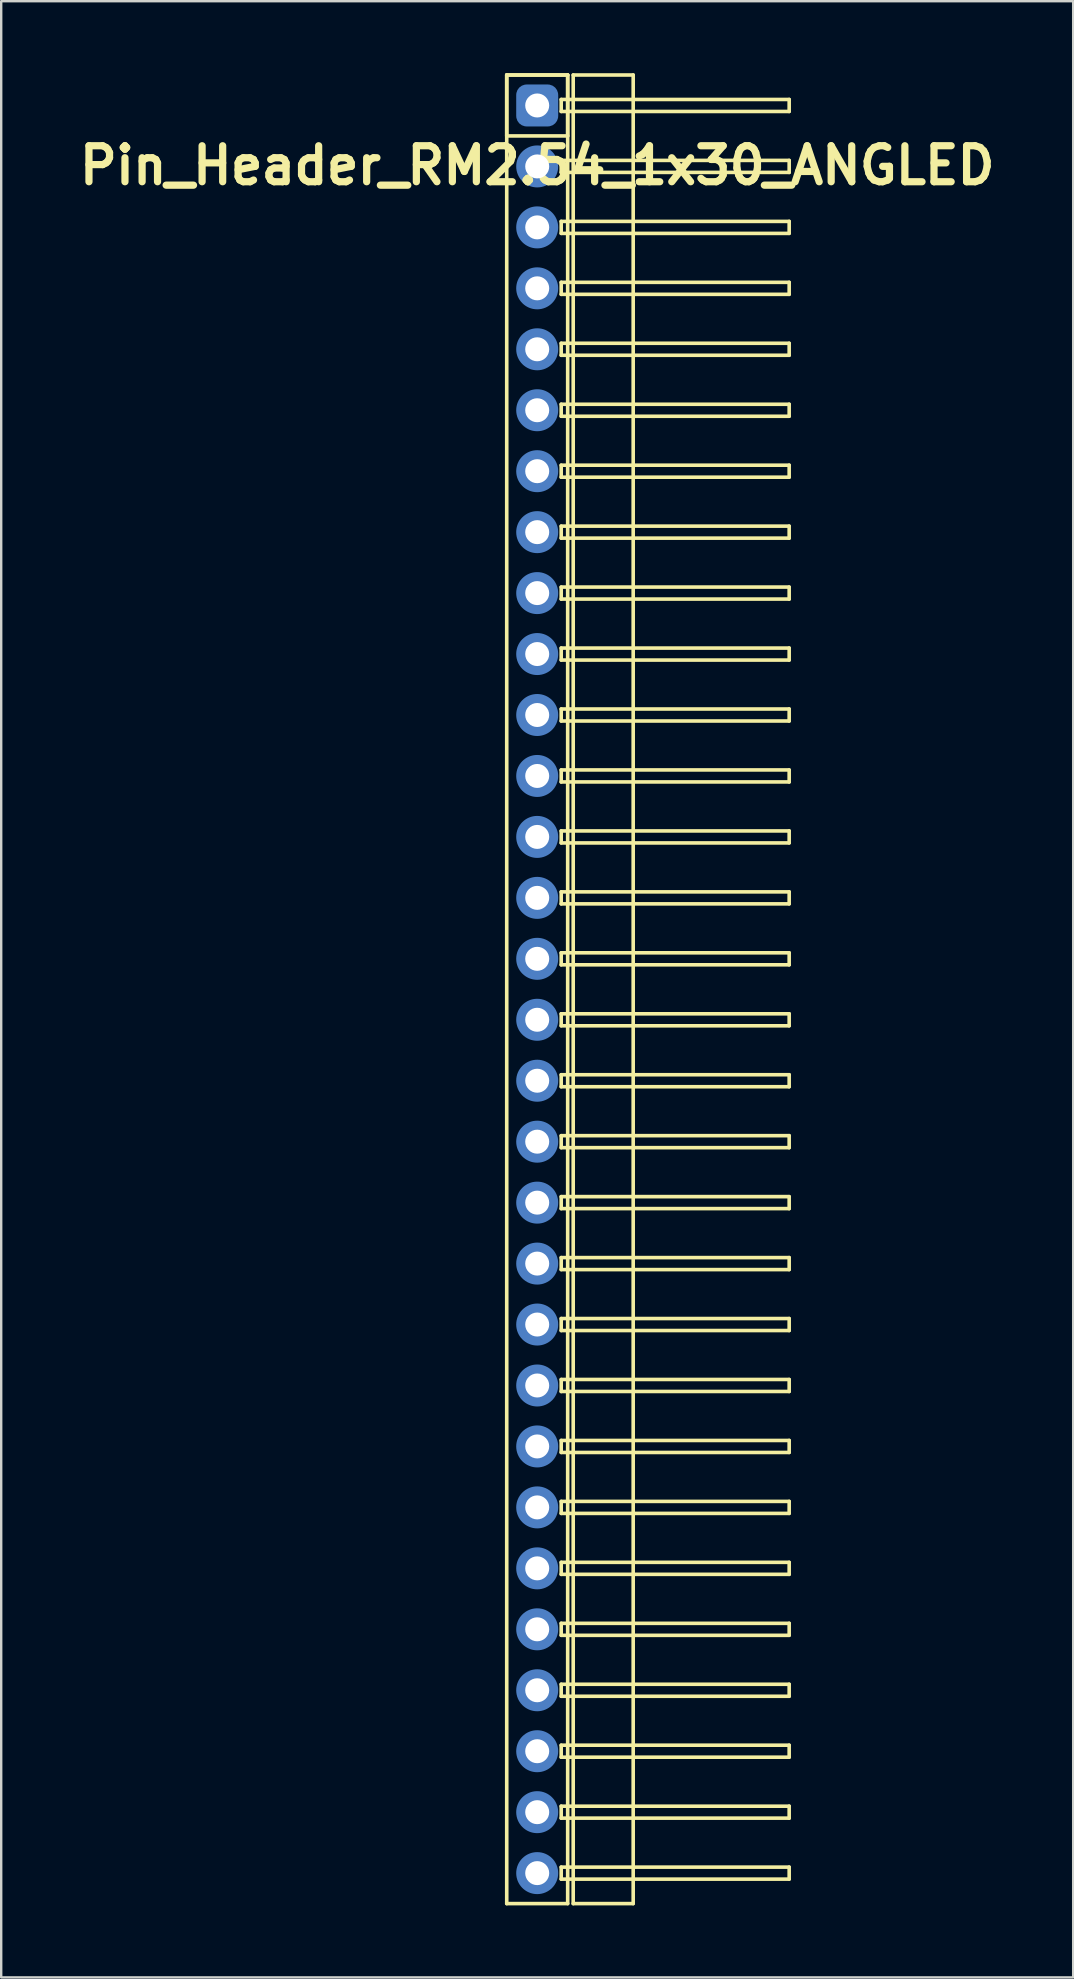
<source format=kicad_pcb>
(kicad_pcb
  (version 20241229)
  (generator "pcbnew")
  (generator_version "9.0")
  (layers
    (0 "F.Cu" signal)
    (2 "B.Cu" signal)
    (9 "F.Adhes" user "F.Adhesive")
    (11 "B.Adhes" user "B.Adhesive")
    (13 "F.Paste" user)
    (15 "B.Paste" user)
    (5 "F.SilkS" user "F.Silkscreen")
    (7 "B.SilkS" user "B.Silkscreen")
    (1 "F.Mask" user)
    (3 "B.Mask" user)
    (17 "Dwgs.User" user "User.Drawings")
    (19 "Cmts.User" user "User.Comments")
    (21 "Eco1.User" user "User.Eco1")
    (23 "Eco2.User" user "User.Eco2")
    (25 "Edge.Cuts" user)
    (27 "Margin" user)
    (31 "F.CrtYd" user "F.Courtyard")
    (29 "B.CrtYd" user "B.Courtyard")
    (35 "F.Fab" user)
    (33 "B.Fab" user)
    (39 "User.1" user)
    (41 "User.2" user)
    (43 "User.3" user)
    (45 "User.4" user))
  (footprint "Pin_Header_RM2.54_1x30_ANGLED"
    (layer "F.Cu")
    (at 19.336 1.345)
    (property "Reference" "Pin_Header_RM2.54_1x30_ANGLED" (at 0 2.5 0) (layer "F.SilkS") (effects (font (size 1.5 1.5) (thickness 0.3))))
    (attr through_hole)
    (fp_line (start -1.27 -1.27) (end 1.27 -1.27) (stroke (width 0.15) (type solid)) (layer "F.SilkS"))
    (fp_line (start -1.27 -1.27) (end 1.27 -1.27) (stroke (width 0.15) (type solid)) (layer "F.SilkS"))
    (fp_line (start -1.27 1.27) (end -1.27 -1.27) (stroke (width 0.15) (type solid)) (layer "F.SilkS"))
    (fp_line (start -1.27 74.93) (end -1.27 -1.27) (stroke (width 0.15) (type solid)) (layer "F.SilkS"))
    (fp_line (start 1 -0.25) (end 10.5 -0.25) (stroke (width 0.15) (type solid)) (layer "F.SilkS"))
    (fp_line (start 1 0.25) (end 1 -0.25) (stroke (width 0.15) (type solid)) (layer "F.SilkS"))
    (fp_line (start 1 2.29) (end 10.5 2.29) (stroke (width 0.15) (type solid)) (layer "F.SilkS"))
    (fp_line (start 1 2.79) (end 1 2.29) (stroke (width 0.15) (type solid)) (layer "F.SilkS"))
    (fp_line (start 1 4.83) (end 10.5 4.83) (stroke (width 0.15) (type solid)) (layer "F.SilkS"))
    (fp_line (start 1 5.33) (end 1 4.83) (stroke (width 0.15) (type solid)) (layer "F.SilkS"))
    (fp_line (start 1 7.37) (end 10.5 7.37) (stroke (width 0.15) (type solid)) (layer "F.SilkS"))
    (fp_line (start 1 7.87) (end 1 7.37) (stroke (width 0.15) (type solid)) (layer "F.SilkS"))
    (fp_line (start 1 9.91) (end 10.5 9.91) (stroke (width 0.15) (type solid)) (layer "F.SilkS"))
    (fp_line (start 1 10.41) (end 1 9.91) (stroke (width 0.15) (type solid)) (layer "F.SilkS"))
    (fp_line (start 1 12.45) (end 10.5 12.45) (stroke (width 0.15) (type solid)) (layer "F.SilkS"))
    (fp_line (start 1 12.95) (end 1 12.45) (stroke (width 0.15) (type solid)) (layer "F.SilkS"))
    (fp_line (start 1 14.99) (end 10.5 14.99) (stroke (width 0.15) (type solid)) (layer "F.SilkS"))
    (fp_line (start 1 15.49) (end 1 14.99) (stroke (width 0.15) (type solid)) (layer "F.SilkS"))
    (fp_line (start 1 17.53) (end 10.5 17.53) (stroke (width 0.15) (type solid)) (layer "F.SilkS"))
    (fp_line (start 1 18.03) (end 1 17.53) (stroke (width 0.15) (type solid)) (layer "F.SilkS"))
    (fp_line (start 1 20.07) (end 10.5 20.07) (stroke (width 0.15) (type solid)) (layer "F.SilkS"))
    (fp_line (start 1 20.57) (end 1 20.07) (stroke (width 0.15) (type solid)) (layer "F.SilkS"))
    (fp_line (start 1 22.61) (end 10.5 22.61) (stroke (width 0.15) (type solid)) (layer "F.SilkS"))
    (fp_line (start 1 23.11) (end 1 22.61) (stroke (width 0.15) (type solid)) (layer "F.SilkS"))
    (fp_line (start 1 25.15) (end 10.5 25.15) (stroke (width 0.15) (type solid)) (layer "F.SilkS"))
    (fp_line (start 1 25.65) (end 1 25.15) (stroke (width 0.15) (type solid)) (layer "F.SilkS"))
    (fp_line (start 1 27.69) (end 10.5 27.69) (stroke (width 0.15) (type solid)) (layer "F.SilkS"))
    (fp_line (start 1 28.19) (end 1 27.69) (stroke (width 0.15) (type solid)) (layer "F.SilkS"))
    (fp_line (start 1 30.23) (end 10.5 30.23) (stroke (width 0.15) (type solid)) (layer "F.SilkS"))
    (fp_line (start 1 30.73) (end 1 30.23) (stroke (width 0.15) (type solid)) (layer "F.SilkS"))
    (fp_line (start 1 32.77) (end 10.5 32.77) (stroke (width 0.15) (type solid)) (layer "F.SilkS"))
    (fp_line (start 1 33.27) (end 1 32.77) (stroke (width 0.15) (type solid)) (layer "F.SilkS"))
    (fp_line (start 1 35.31) (end 10.5 35.31) (stroke (width 0.15) (type solid)) (layer "F.SilkS"))
    (fp_line (start 1 35.81) (end 1 35.31) (stroke (width 0.15) (type solid)) (layer "F.SilkS"))
    (fp_line (start 1 37.85) (end 10.5 37.85) (stroke (width 0.15) (type solid)) (layer "F.SilkS"))
    (fp_line (start 1 38.35) (end 1 37.85) (stroke (width 0.15) (type solid)) (layer "F.SilkS"))
    (fp_line (start 1 40.39) (end 10.5 40.39) (stroke (width 0.15) (type solid)) (layer "F.SilkS"))
    (fp_line (start 1 40.89) (end 1 40.39) (stroke (width 0.15) (type solid)) (layer "F.SilkS"))
    (fp_line (start 1 42.93) (end 10.5 42.93) (stroke (width 0.15) (type solid)) (layer "F.SilkS"))
    (fp_line (start 1 43.43) (end 1 42.93) (stroke (width 0.15) (type solid)) (layer "F.SilkS"))
    (fp_line (start 1 45.47) (end 10.5 45.47) (stroke (width 0.15) (type solid)) (layer "F.SilkS"))
    (fp_line (start 1 45.97) (end 1 45.47) (stroke (width 0.15) (type solid)) (layer "F.SilkS"))
    (fp_line (start 1 48.01) (end 10.5 48.01) (stroke (width 0.15) (type solid)) (layer "F.SilkS"))
    (fp_line (start 1 48.51) (end 1 48.01) (stroke (width 0.15) (type solid)) (layer "F.SilkS"))
    (fp_line (start 1 50.55) (end 10.5 50.55) (stroke (width 0.15) (type solid)) (layer "F.SilkS"))
    (fp_line (start 1 51.05) (end 1 50.55) (stroke (width 0.15) (type solid)) (layer "F.SilkS"))
    (fp_line (start 1 53.09) (end 10.5 53.09) (stroke (width 0.15) (type solid)) (layer "F.SilkS"))
    (fp_line (start 1 53.59) (end 1 53.09) (stroke (width 0.15) (type solid)) (layer "F.SilkS"))
    (fp_line (start 1 55.63) (end 10.5 55.63) (stroke (width 0.15) (type solid)) (layer "F.SilkS"))
    (fp_line (start 1 56.13) (end 1 55.63) (stroke (width 0.15) (type solid)) (layer "F.SilkS"))
    (fp_line (start 1 58.17) (end 10.5 58.17) (stroke (width 0.15) (type solid)) (layer "F.SilkS"))
    (fp_line (start 1 58.67) (end 1 58.17) (stroke (width 0.15) (type solid)) (layer "F.SilkS"))
    (fp_line (start 1 60.71) (end 10.5 60.71) (stroke (width 0.15) (type solid)) (layer "F.SilkS"))
    (fp_line (start 1 61.21) (end 1 60.71) (stroke (width 0.15) (type solid)) (layer "F.SilkS"))
    (fp_line (start 1 63.25) (end 10.5 63.25) (stroke (width 0.15) (type solid)) (layer "F.SilkS"))
    (fp_line (start 1 63.75) (end 1 63.25) (stroke (width 0.15) (type solid)) (layer "F.SilkS"))
    (fp_line (start 1 65.79) (end 10.5 65.79) (stroke (width 0.15) (type solid)) (layer "F.SilkS"))
    (fp_line (start 1 66.29) (end 1 65.79) (stroke (width 0.15) (type solid)) (layer "F.SilkS"))
    (fp_line (start 1 68.33) (end 10.5 68.33) (stroke (width 0.15) (type solid)) (layer "F.SilkS"))
    (fp_line (start 1 68.83) (end 1 68.33) (stroke (width 0.15) (type solid)) (layer "F.SilkS"))
    (fp_line (start 1 70.87) (end 10.5 70.87) (stroke (width 0.15) (type solid)) (layer "F.SilkS"))
    (fp_line (start 1 71.37) (end 1 70.87) (stroke (width 0.15) (type solid)) (layer "F.SilkS"))
    (fp_line (start 1 73.41) (end 10.5 73.41) (stroke (width 0.15) (type solid)) (layer "F.SilkS"))
    (fp_line (start 1 73.91) (end 1 73.41) (stroke (width 0.15) (type solid)) (layer "F.SilkS"))
    (fp_line (start 1.27 -1.27) (end 1.27 1.27) (stroke (width 0.15) (type solid)) (layer "F.SilkS"))
    (fp_line (start 1.27 -1.27) (end 1.27 74.93) (stroke (width 0.15) (type solid)) (layer "F.SilkS"))
    (fp_line (start 1.27 1.27) (end -1.27 1.27) (stroke (width 0.15) (type solid)) (layer "F.SilkS"))
    (fp_line (start 1.27 74.93) (end -1.27 74.93) (stroke (width 0.15) (type solid)) (layer "F.SilkS"))
    (fp_line (start 1.5 -1.27) (end 4 -1.27) (stroke (width 0.15) (type solid)) (layer "F.SilkS"))
    (fp_line (start 1.5 74.93) (end 1.5 -1.27) (stroke (width 0.15) (type solid)) (layer "F.SilkS"))
    (fp_line (start 4 -1.27) (end 4 74.93) (stroke (width 0.15) (type solid)) (layer "F.SilkS"))
    (fp_line (start 4 74.93) (end 1.5 74.93) (stroke (width 0.15) (type solid)) (layer "F.SilkS"))
    (fp_line (start 10.5 -0.25) (end 10.5 0.25) (stroke (width 0.15) (type solid)) (layer "F.SilkS"))
    (fp_line (start 10.5 0.25) (end 1 0.25) (stroke (width 0.15) (type solid)) (layer "F.SilkS"))
    (fp_line (start 10.5 2.29) (end 10.5 2.79) (stroke (width 0.15) (type solid)) (layer "F.SilkS"))
    (fp_line (start 10.5 2.79) (end 1 2.79) (stroke (width 0.15) (type solid)) (layer "F.SilkS"))
    (fp_line (start 10.5 4.83) (end 10.5 5.33) (stroke (width 0.15) (type solid)) (layer "F.SilkS"))
    (fp_line (start 10.5 5.33) (end 1 5.33) (stroke (width 0.15) (type solid)) (layer "F.SilkS"))
    (fp_line (start 10.5 7.37) (end 10.5 7.87) (stroke (width 0.15) (type solid)) (layer "F.SilkS"))
    (fp_line (start 10.5 7.87) (end 1 7.87) (stroke (width 0.15) (type solid)) (layer "F.SilkS"))
    (fp_line (start 10.5 9.91) (end 10.5 10.41) (stroke (width 0.15) (type solid)) (layer "F.SilkS"))
    (fp_line (start 10.5 10.41) (end 1 10.41) (stroke (width 0.15) (type solid)) (layer "F.SilkS"))
    (fp_line (start 10.5 12.45) (end 10.5 12.95) (stroke (width 0.15) (type solid)) (layer "F.SilkS"))
    (fp_line (start 10.5 12.95) (end 1 12.95) (stroke (width 0.15) (type solid)) (layer "F.SilkS"))
    (fp_line (start 10.5 14.99) (end 10.5 15.49) (stroke (width 0.15) (type solid)) (layer "F.SilkS"))
    (fp_line (start 10.5 15.49) (end 1 15.49) (stroke (width 0.15) (type solid)) (layer "F.SilkS"))
    (fp_line (start 10.5 17.53) (end 10.5 18.03) (stroke (width 0.15) (type solid)) (layer "F.SilkS"))
    (fp_line (start 10.5 18.03) (end 1 18.03) (stroke (width 0.15) (type solid)) (layer "F.SilkS"))
    (fp_line (start 10.5 20.07) (end 10.5 20.57) (stroke (width 0.15) (type solid)) (layer "F.SilkS"))
    (fp_line (start 10.5 20.57) (end 1 20.57) (stroke (width 0.15) (type solid)) (layer "F.SilkS"))
    (fp_line (start 10.5 22.61) (end 10.5 23.11) (stroke (width 0.15) (type solid)) (layer "F.SilkS"))
    (fp_line (start 10.5 23.11) (end 1 23.11) (stroke (width 0.15) (type solid)) (layer "F.SilkS"))
    (fp_line (start 10.5 25.15) (end 10.5 25.65) (stroke (width 0.15) (type solid)) (layer "F.SilkS"))
    (fp_line (start 10.5 25.65) (end 1 25.65) (stroke (width 0.15) (type solid)) (layer "F.SilkS"))
    (fp_line (start 10.5 27.69) (end 10.5 28.19) (stroke (width 0.15) (type solid)) (layer "F.SilkS"))
    (fp_line (start 10.5 28.19) (end 1 28.19) (stroke (width 0.15) (type solid)) (layer "F.SilkS"))
    (fp_line (start 10.5 30.23) (end 10.5 30.73) (stroke (width 0.15) (type solid)) (layer "F.SilkS"))
    (fp_line (start 10.5 30.73) (end 1 30.73) (stroke (width 0.15) (type solid)) (layer "F.SilkS"))
    (fp_line (start 10.5 32.77) (end 10.5 33.27) (stroke (width 0.15) (type solid)) (layer "F.SilkS"))
    (fp_line (start 10.5 33.27) (end 1 33.27) (stroke (width 0.15) (type solid)) (layer "F.SilkS"))
    (fp_line (start 10.5 35.31) (end 10.5 35.81) (stroke (width 0.15) (type solid)) (layer "F.SilkS"))
    (fp_line (start 10.5 35.81) (end 1 35.81) (stroke (width 0.15) (type solid)) (layer "F.SilkS"))
    (fp_line (start 10.5 37.85) (end 10.5 38.35) (stroke (width 0.15) (type solid)) (layer "F.SilkS"))
    (fp_line (start 10.5 38.35) (end 1 38.35) (stroke (width 0.15) (type solid)) (layer "F.SilkS"))
    (fp_line (start 10.5 40.39) (end 10.5 40.89) (stroke (width 0.15) (type solid)) (layer "F.SilkS"))
    (fp_line (start 10.5 40.89) (end 1 40.89) (stroke (width 0.15) (type solid)) (layer "F.SilkS"))
    (fp_line (start 10.5 42.93) (end 10.5 43.43) (stroke (width 0.15) (type solid)) (layer "F.SilkS"))
    (fp_line (start 10.5 43.43) (end 1 43.43) (stroke (width 0.15) (type solid)) (layer "F.SilkS"))
    (fp_line (start 10.5 45.47) (end 10.5 45.97) (stroke (width 0.15) (type solid)) (layer "F.SilkS"))
    (fp_line (start 10.5 45.97) (end 1 45.97) (stroke (width 0.15) (type solid)) (layer "F.SilkS"))
    (fp_line (start 10.5 48.01) (end 10.5 48.51) (stroke (width 0.15) (type solid)) (layer "F.SilkS"))
    (fp_line (start 10.5 48.51) (end 1 48.51) (stroke (width 0.15) (type solid)) (layer "F.SilkS"))
    (fp_line (start 10.5 50.55) (end 10.5 51.05) (stroke (width 0.15) (type solid)) (layer "F.SilkS"))
    (fp_line (start 10.5 51.05) (end 1 51.05) (stroke (width 0.15) (type solid)) (layer "F.SilkS"))
    (fp_line (start 10.5 53.09) (end 10.5 53.59) (stroke (width 0.15) (type solid)) (layer "F.SilkS"))
    (fp_line (start 10.5 53.59) (end 1 53.59) (stroke (width 0.15) (type solid)) (layer "F.SilkS"))
    (fp_line (start 10.5 55.63) (end 10.5 56.13) (stroke (width 0.15) (type solid)) (layer "F.SilkS"))
    (fp_line (start 10.5 56.13) (end 1 56.13) (stroke (width 0.15) (type solid)) (layer "F.SilkS"))
    (fp_line (start 10.5 58.17) (end 10.5 58.67) (stroke (width 0.15) (type solid)) (layer "F.SilkS"))
    (fp_line (start 10.5 58.67) (end 1 58.67) (stroke (width 0.15) (type solid)) (layer "F.SilkS"))
    (fp_line (start 10.5 60.71) (end 10.5 61.21) (stroke (width 0.15) (type solid)) (layer "F.SilkS"))
    (fp_line (start 10.5 61.21) (end 1 61.21) (stroke (width 0.15) (type solid)) (layer "F.SilkS"))
    (fp_line (start 10.5 63.25) (end 10.5 63.75) (stroke (width 0.15) (type solid)) (layer "F.SilkS"))
    (fp_line (start 10.5 63.75) (end 1 63.75) (stroke (width 0.15) (type solid)) (layer "F.SilkS"))
    (fp_line (start 10.5 65.79) (end 10.5 66.29) (stroke (width 0.15) (type solid)) (layer "F.SilkS"))
    (fp_line (start 10.5 66.29) (end 1 66.29) (stroke (width 0.15) (type solid)) (layer "F.SilkS"))
    (fp_line (start 10.5 68.33) (end 10.5 68.83) (stroke (width 0.15) (type solid)) (layer "F.SilkS"))
    (fp_line (start 10.5 68.83) (end 1 68.83) (stroke (width 0.15) (type solid)) (layer "F.SilkS"))
    (fp_line (start 10.5 70.87) (end 10.5 71.37) (stroke (width 0.15) (type solid)) (layer "F.SilkS"))
    (fp_line (start 10.5 71.37) (end 1 71.37) (stroke (width 0.15) (type solid)) (layer "F.SilkS"))
    (fp_line (start 10.5 73.41) (end 10.5 73.91) (stroke (width 0.15) (type solid)) (layer "F.SilkS"))
    (fp_line (start 10.5 73.91) (end 1 73.91) (stroke (width 0.15) (type solid)) (layer "F.SilkS"))
    (pad "1" thru_hole circle (at 0 0) (size 1.3 1.3) (drill 1) (layers "*.Cu" "*.Mask"))
    (pad "1" smd roundrect (at 0 0) (size 1.5 1.5) (layers "F.Cu" "F.Mask") (roundrect_rratio 0.25))
    (pad "1" smd roundrect (at 0 0) (size 1.75 1.75) (layers "B.Cu" "B.Mask") (roundrect_rratio 0.25))
    (pad "2" thru_hole circle (at 0 2.54) (size 1.3 1.3) (drill 1) (layers "*.Cu" "*.Mask"))
    (pad "2" smd circle (at 0 2.54) (size 1.5 1.5) (layers "F.Cu" "F.Mask"))
    (pad "2" smd circle (at 0 2.54) (size 1.75 1.75) (layers "B.Cu" "B.Mask"))
    (pad "3" thru_hole circle (at 0 5.08) (size 1.3 1.3) (drill 1) (layers "*.Cu" "*.Mask"))
    (pad "3" smd circle (at 0 5.08) (size 1.5 1.5) (layers "F.Cu" "F.Mask"))
    (pad "3" smd circle (at 0 5.08) (size 1.75 1.75) (layers "B.Cu" "B.Mask"))
    (pad "4" thru_hole circle (at 0 7.62) (size 1.3 1.3) (drill 1) (layers "*.Cu" "*.Mask"))
    (pad "4" smd circle (at 0 7.62) (size 1.5 1.5) (layers "F.Cu" "F.Mask"))
    (pad "4" smd circle (at 0 7.62) (size 1.75 1.75) (layers "B.Cu" "B.Mask"))
    (pad "5" thru_hole circle (at 0 10.16) (size 1.3 1.3) (drill 1) (layers "*.Cu" "*.Mask"))
    (pad "5" smd circle (at 0 10.16) (size 1.5 1.5) (layers "F.Cu" "F.Mask"))
    (pad "5" smd circle (at 0 10.16) (size 1.75 1.75) (layers "B.Cu" "B.Mask"))
    (pad "6" thru_hole circle (at 0 12.7) (size 1.3 1.3) (drill 1) (layers "*.Cu" "*.Mask"))
    (pad "6" smd circle (at 0 12.7) (size 1.5 1.5) (layers "F.Cu" "F.Mask"))
    (pad "6" smd circle (at 0 12.7) (size 1.75 1.75) (layers "B.Cu" "B.Mask"))
    (pad "7" thru_hole circle (at 0 15.24) (size 1.3 1.3) (drill 1) (layers "*.Cu" "*.Mask"))
    (pad "7" smd circle (at 0 15.24) (size 1.5 1.5) (layers "F.Cu" "F.Mask"))
    (pad "7" smd circle (at 0 15.24) (size 1.75 1.75) (layers "B.Cu" "B.Mask"))
    (pad "8" thru_hole circle (at 0 17.78) (size 1.3 1.3) (drill 1) (layers "*.Cu" "*.Mask"))
    (pad "8" smd circle (at 0 17.78) (size 1.5 1.5) (layers "F.Cu" "F.Mask"))
    (pad "8" smd circle (at 0 17.78) (size 1.75 1.75) (layers "B.Cu" "B.Mask"))
    (pad "9" thru_hole circle (at 0 20.32) (size 1.3 1.3) (drill 1) (layers "*.Cu" "*.Mask"))
    (pad "9" smd circle (at 0 20.32) (size 1.5 1.5) (layers "F.Cu" "F.Mask"))
    (pad "9" smd circle (at 0 20.32) (size 1.75 1.75) (layers "B.Cu" "B.Mask"))
    (pad "10" thru_hole circle (at 0 22.86) (size 1.3 1.3) (drill 1) (layers "*.Cu" "*.Mask"))
    (pad "10" smd circle (at 0 22.86) (size 1.5 1.5) (layers "F.Cu" "F.Mask"))
    (pad "10" smd circle (at 0 22.86) (size 1.75 1.75) (layers "B.Cu" "B.Mask"))
    (pad "11" thru_hole circle (at 0 25.4) (size 1.3 1.3) (drill 1) (layers "*.Cu" "*.Mask"))
    (pad "11" smd circle (at 0 25.4) (size 1.5 1.5) (layers "F.Cu" "F.Mask"))
    (pad "11" smd circle (at 0 25.4) (size 1.75 1.75) (layers "B.Cu" "B.Mask"))
    (pad "12" thru_hole circle (at 0 27.94) (size 1.3 1.3) (drill 1) (layers "*.Cu" "*.Mask"))
    (pad "12" smd circle (at 0 27.94) (size 1.5 1.5) (layers "F.Cu" "F.Mask"))
    (pad "12" smd circle (at 0 27.94) (size 1.75 1.75) (layers "B.Cu" "B.Mask"))
    (pad "13" thru_hole circle (at 0 30.48) (size 1.3 1.3) (drill 1) (layers "*.Cu" "*.Mask"))
    (pad "13" smd circle (at 0 30.48) (size 1.5 1.5) (layers "F.Cu" "F.Mask"))
    (pad "13" smd circle (at 0 30.48) (size 1.75 1.75) (layers "B.Cu" "B.Mask"))
    (pad "14" thru_hole circle (at 0 33.02) (size 1.3 1.3) (drill 1) (layers "*.Cu" "*.Mask"))
    (pad "14" smd circle (at 0 33.02) (size 1.5 1.5) (layers "F.Cu" "F.Mask"))
    (pad "14" smd circle (at 0 33.02) (size 1.75 1.75) (layers "B.Cu" "B.Mask"))
    (pad "15" thru_hole circle (at 0 35.56) (size 1.3 1.3) (drill 1) (layers "*.Cu" "*.Mask"))
    (pad "15" smd circle (at 0 35.56) (size 1.5 1.5) (layers "F.Cu" "F.Mask"))
    (pad "15" smd circle (at 0 35.56) (size 1.75 1.75) (layers "B.Cu" "B.Mask"))
    (pad "16" thru_hole circle (at 0 38.1) (size 1.3 1.3) (drill 1) (layers "*.Cu" "*.Mask"))
    (pad "16" smd circle (at 0 38.1) (size 1.5 1.5) (layers "F.Cu" "F.Mask"))
    (pad "16" smd circle (at 0 38.1) (size 1.75 1.75) (layers "B.Cu" "B.Mask"))
    (pad "17" thru_hole circle (at 0 40.64) (size 1.3 1.3) (drill 1) (layers "*.Cu" "*.Mask"))
    (pad "17" smd circle (at 0 40.64) (size 1.5 1.5) (layers "F.Cu" "F.Mask"))
    (pad "17" smd circle (at 0 40.64) (size 1.75 1.75) (layers "B.Cu" "B.Mask"))
    (pad "18" thru_hole circle (at 0 43.18) (size 1.3 1.3) (drill 1) (layers "*.Cu" "*.Mask"))
    (pad "18" smd circle (at 0 43.18) (size 1.5 1.5) (layers "F.Cu" "F.Mask"))
    (pad "18" smd circle (at 0 43.18) (size 1.75 1.75) (layers "B.Cu" "B.Mask"))
    (pad "19" thru_hole circle (at 0 45.72) (size 1.3 1.3) (drill 1) (layers "*.Cu" "*.Mask"))
    (pad "19" smd circle (at 0 45.72) (size 1.5 1.5) (layers "F.Cu" "F.Mask"))
    (pad "19" smd circle (at 0 45.72) (size 1.75 1.75) (layers "B.Cu" "B.Mask"))
    (pad "20" thru_hole circle (at 0 48.26) (size 1.3 1.3) (drill 1) (layers "*.Cu" "*.Mask"))
    (pad "20" smd circle (at 0 48.26) (size 1.5 1.5) (layers "F.Cu" "F.Mask"))
    (pad "20" smd circle (at 0 48.26) (size 1.75 1.75) (layers "B.Cu" "B.Mask"))
    (pad "21" thru_hole circle (at 0 50.8) (size 1.3 1.3) (drill 1) (layers "*.Cu" "*.Mask"))
    (pad "21" smd circle (at 0 50.8) (size 1.5 1.5) (layers "F.Cu" "F.Mask"))
    (pad "21" smd circle (at 0 50.8) (size 1.75 1.75) (layers "B.Cu" "B.Mask"))
    (pad "22" thru_hole circle (at 0 53.34) (size 1.3 1.3) (drill 1) (layers "*.Cu" "*.Mask"))
    (pad "22" smd circle (at 0 53.34) (size 1.5 1.5) (layers "F.Cu" "F.Mask"))
    (pad "22" smd circle (at 0 53.34) (size 1.75 1.75) (layers "B.Cu" "B.Mask"))
    (pad "23" thru_hole circle (at 0 55.88) (size 1.3 1.3) (drill 1) (layers "*.Cu" "*.Mask"))
    (pad "23" smd circle (at 0 55.88) (size 1.5 1.5) (layers "F.Cu" "F.Mask"))
    (pad "23" smd circle (at 0 55.88) (size 1.75 1.75) (layers "B.Cu" "B.Mask"))
    (pad "24" thru_hole circle (at 0 58.42) (size 1.3 1.3) (drill 1) (layers "*.Cu" "*.Mask"))
    (pad "24" smd circle (at 0 58.42) (size 1.5 1.5) (layers "F.Cu" "F.Mask"))
    (pad "24" smd circle (at 0 58.42) (size 1.75 1.75) (layers "B.Cu" "B.Mask"))
    (pad "25" thru_hole circle (at 0 60.96) (size 1.3 1.3) (drill 1) (layers "*.Cu" "*.Mask"))
    (pad "25" smd circle (at 0 60.96) (size 1.5 1.5) (layers "F.Cu" "F.Mask"))
    (pad "25" smd circle (at 0 60.96) (size 1.75 1.75) (layers "B.Cu" "B.Mask"))
    (pad "26" thru_hole circle (at 0 63.5) (size 1.3 1.3) (drill 1) (layers "*.Cu" "*.Mask"))
    (pad "26" smd circle (at 0 63.5) (size 1.5 1.5) (layers "F.Cu" "F.Mask"))
    (pad "26" smd circle (at 0 63.5) (size 1.75 1.75) (layers "B.Cu" "B.Mask"))
    (pad "27" thru_hole circle (at 0 66.04) (size 1.3 1.3) (drill 1) (layers "*.Cu" "*.Mask"))
    (pad "27" smd circle (at 0 66.04) (size 1.5 1.5) (layers "F.Cu" "F.Mask"))
    (pad "27" smd circle (at 0 66.04) (size 1.75 1.75) (layers "B.Cu" "B.Mask"))
    (pad "28" thru_hole circle (at 0 68.58) (size 1.3 1.3) (drill 1) (layers "*.Cu" "*.Mask"))
    (pad "28" smd circle (at 0 68.58) (size 1.5 1.5) (layers "F.Cu" "F.Mask"))
    (pad "28" smd circle (at 0 68.58) (size 1.75 1.75) (layers "B.Cu" "B.Mask"))
    (pad "29" thru_hole circle (at 0 71.12) (size 1.3 1.3) (drill 1) (layers "*.Cu" "*.Mask"))
    (pad "29" smd circle (at 0 71.12) (size 1.5 1.5) (layers "F.Cu" "F.Mask"))
    (pad "29" smd circle (at 0 71.12) (size 1.75 1.75) (layers "B.Cu" "B.Mask"))
    (pad "30" thru_hole circle (at 0 73.66) (size 1.3 1.3) (drill 1) (layers "*.Cu" "*.Mask"))
    (pad "30" smd circle (at 0 73.66) (size 1.5 1.5) (layers "F.Cu" "F.Mask"))
    (pad "30" smd circle (at 0 73.66) (size 1.75 1.75) (layers "B.Cu" "B.Mask")))
  (gr_rect
    (start -3 -3)
    (end 41.671 79.35)
    (stroke (width 0.1) (type default))
    (fill no)
    (layer "Edge.Cuts")))
</source>
